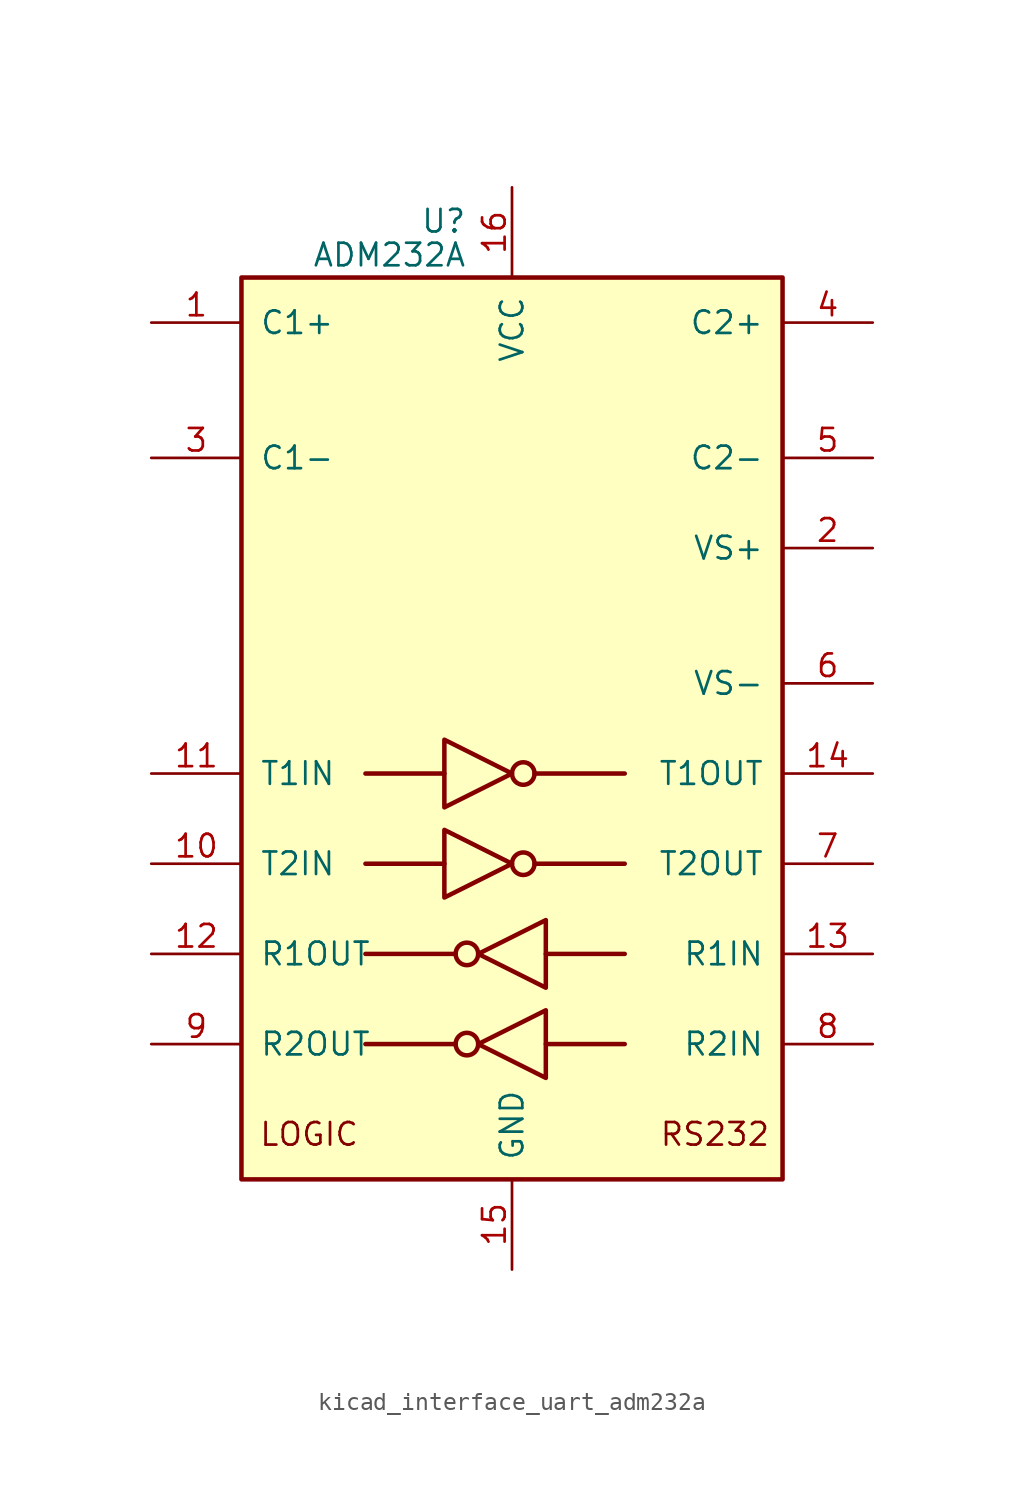
<source format=kicad_sym>
(kicad_symbol_lib
  (version 20220914)
  (generator kicad_symbol_editor)
  (symbol "kicad_interface_uart_adm232a"
    (pin_names
      (offset 1.016))
    (property "Reference" "U"
      (at -2.54 28.575 0)
      (effects (font (size 1.27 1.27)) (justify right)))
    (property "Value" "ADM232A"
      (at -2.54 26.67 0)
      (effects (font (size 1.27 1.27)) (justify right)))
    (symbol "kicad_interface_uart_adm232a_0_0"
      (text "LOGIC" (at -11.43 -22.86 0) (effects (font (size 1.27 1.27))))
      (text "RS232" (at 11.43 -22.86 0) (effects (font (size 1.27 1.27)))))
    (symbol "kicad_interface_uart_adm232a_0_1"
      (rectangle (start -15.24 -25.4) (end 15.24 25.4) (stroke (width 0.254) (type default)) (fill (type background)))
      (circle (center -2.54 -17.78) (radius 0.635) (stroke (width 0.254) (type default)) (fill (type none)))
      (circle (center -2.54 -12.7) (radius 0.635) (stroke (width 0.254) (type default)) (fill (type none)))
      (polyline (pts (xy -3.81 -7.62) (xy -8.255 -7.62)) (stroke (width 0.254) (type default)) (fill (type none)))
      (polyline (pts (xy -3.81 -2.54) (xy -8.255 -2.54)) (stroke (width 0.254) (type default)) (fill (type none)))
      (polyline (pts (xy -3.175 -17.78) (xy -8.255 -17.78)) (stroke (width 0.254) (type default)) (fill (type none)))
      (polyline (pts (xy -3.175 -12.7) (xy -8.255 -12.7)) (stroke (width 0.254) (type default)) (fill (type none)))
      (polyline (pts (xy 1.27 -7.62) (xy 6.35 -7.62)) (stroke (width 0.254) (type default)) (fill (type none)))
      (polyline (pts (xy 1.27 -2.54) (xy 6.35 -2.54)) (stroke (width 0.254) (type default)) (fill (type none)))
      (polyline (pts (xy 1.905 -17.78) (xy 6.35 -17.78)) (stroke (width 0.254) (type default)) (fill (type none)))
      (polyline (pts (xy 1.905 -12.7) (xy 6.35 -12.7)) (stroke (width 0.254) (type default)) (fill (type none)))
      (polyline (pts (xy -3.81 -5.715) (xy -3.81 -9.525) (xy 0 -7.62) (xy -3.81 -5.715)) (stroke (width 0.254) (type default)) (fill (type none)))
      (polyline (pts (xy -3.81 -0.635) (xy -3.81 -4.445) (xy 0 -2.54) (xy -3.81 -0.635)) (stroke (width 0.254) (type default)) (fill (type none)))
      (polyline (pts (xy 1.905 -15.875) (xy 1.905 -19.685) (xy -1.905 -17.78) (xy 1.905 -15.875)) (stroke (width 0.254) (type default)) (fill (type none)))
      (polyline (pts (xy 1.905 -10.795) (xy 1.905 -14.605) (xy -1.905 -12.7) (xy 1.905 -10.795)) (stroke (width 0.254) (type default)) (fill (type none)))
      (circle (center 0.635 -7.62) (radius 0.635) (stroke (width 0.254) (type default)) (fill (type none)))
      (circle (center 0.635 -2.54) (radius 0.635) (stroke (width 0.254) (type default)) (fill (type none))))
    (symbol "kicad_interface_uart_adm232a_1_1"
      (pin passive line (at -20.32 22.86 0) (length 5.08) (name "C1+" (effects (font (size 1.27 1.27)))) (number "1" (effects (font (size 1.27 1.27)))))
      (pin input line (at -20.32 -7.62 0) (length 5.08) (name "T2IN" (effects (font (size 1.27 1.27)))) (number "10" (effects (font (size 1.27 1.27)))))
      (pin input line (at -20.32 -2.54 0) (length 5.08) (name "T1IN" (effects (font (size 1.27 1.27)))) (number "11" (effects (font (size 1.27 1.27)))))
      (pin output line (at -20.32 -12.7 0) (length 5.08) (name "R1OUT" (effects (font (size 1.27 1.27)))) (number "12" (effects (font (size 1.27 1.27)))))
      (pin input line (at 20.32 -12.7 180) (length 5.08) (name "R1IN" (effects (font (size 1.27 1.27)))) (number "13" (effects (font (size 1.27 1.27)))))
      (pin output line (at 20.32 -2.54 180) (length 5.08) (name "T1OUT" (effects (font (size 1.27 1.27)))) (number "14" (effects (font (size 1.27 1.27)))))
      (pin power_in line (at 0 -30.48 90) (length 5.08) (name "GND" (effects (font (size 1.27 1.27)))) (number "15" (effects (font (size 1.27 1.27)))))
      (pin power_in line (at 0 30.48 270) (length 5.08) (name "VCC" (effects (font (size 1.27 1.27)))) (number "16" (effects (font (size 1.27 1.27)))))
      (pin power_out line (at 20.32 10.16 180) (length 5.08) (name "VS+" (effects (font (size 1.27 1.27)))) (number "2" (effects (font (size 1.27 1.27)))))
      (pin passive line (at -20.32 15.24 0) (length 5.08) (name "C1-" (effects (font (size 1.27 1.27)))) (number "3" (effects (font (size 1.27 1.27)))))
      (pin passive line (at 20.32 22.86 180) (length 5.08) (name "C2+" (effects (font (size 1.27 1.27)))) (number "4" (effects (font (size 1.27 1.27)))))
      (pin passive line (at 20.32 15.24 180) (length 5.08) (name "C2-" (effects (font (size 1.27 1.27)))) (number "5" (effects (font (size 1.27 1.27)))))
      (pin power_out line (at 20.32 2.54 180) (length 5.08) (name "VS-" (effects (font (size 1.27 1.27)))) (number "6" (effects (font (size 1.27 1.27)))))
      (pin output line (at 20.32 -7.62 180) (length 5.08) (name "T2OUT" (effects (font (size 1.27 1.27)))) (number "7" (effects (font (size 1.27 1.27)))))
      (pin input line (at 20.32 -17.78 180) (length 5.08) (name "R2IN" (effects (font (size 1.27 1.27)))) (number "8" (effects (font (size 1.27 1.27)))))
      (pin output line (at -20.32 -17.78 0) (length 5.08) (name "R2OUT" (effects (font (size 1.27 1.27)))) (number "9" (effects (font (size 1.27 1.27))))))))
</source>
